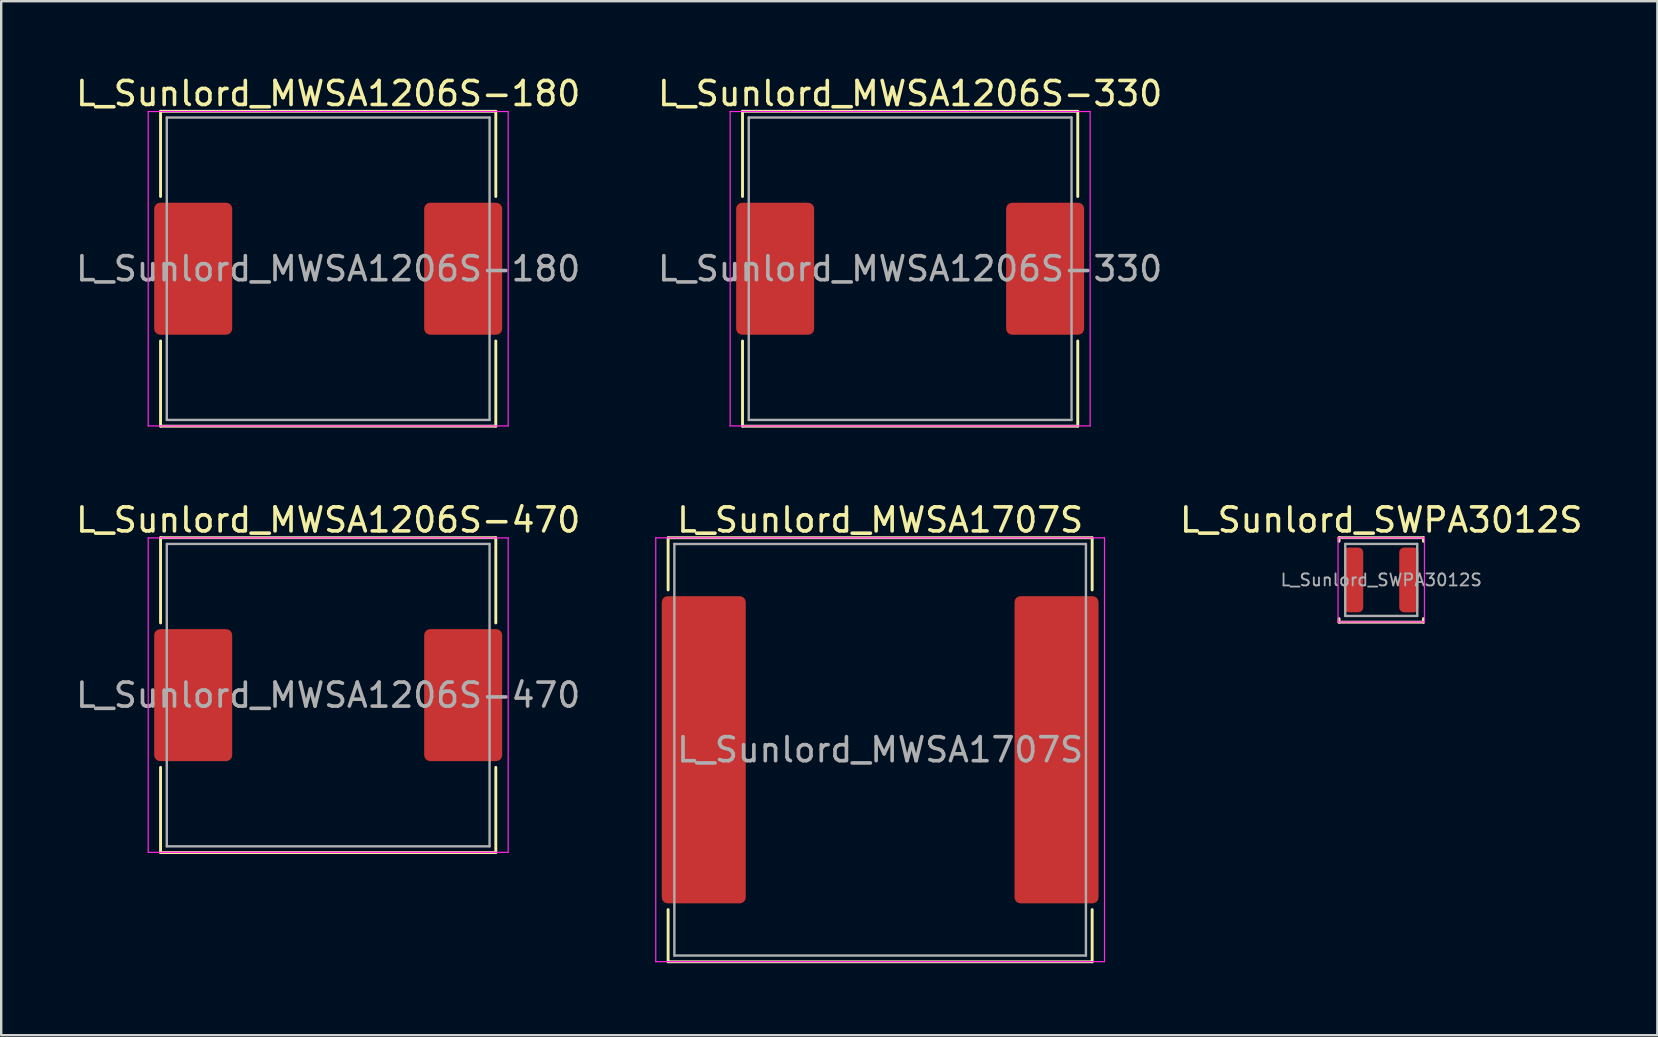
<source format=kicad_pcb>
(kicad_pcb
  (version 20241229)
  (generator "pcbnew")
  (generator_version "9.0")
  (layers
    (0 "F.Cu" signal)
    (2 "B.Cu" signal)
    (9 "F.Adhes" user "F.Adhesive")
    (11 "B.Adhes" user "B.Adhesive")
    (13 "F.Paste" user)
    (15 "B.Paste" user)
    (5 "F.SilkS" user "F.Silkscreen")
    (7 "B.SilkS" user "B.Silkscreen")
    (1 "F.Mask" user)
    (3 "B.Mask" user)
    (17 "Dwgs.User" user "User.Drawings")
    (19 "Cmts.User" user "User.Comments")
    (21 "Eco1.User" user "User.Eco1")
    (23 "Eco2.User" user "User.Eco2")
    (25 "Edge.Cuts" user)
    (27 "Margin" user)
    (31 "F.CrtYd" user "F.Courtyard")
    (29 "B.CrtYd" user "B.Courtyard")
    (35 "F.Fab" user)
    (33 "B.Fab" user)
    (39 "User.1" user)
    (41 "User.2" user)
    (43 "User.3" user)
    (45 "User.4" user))
  (footprint "L_Sunlord_MWSA1206S-330"
    (layer "F.Cu")
    (at 34.875 8.148)
    (property "Reference" "L_Sunlord_MWSA1206S-330" (at 0 -7.3 0) (layer "F.SilkS") (effects (font (size 1 1) (thickness 0.15))))
    (attr smd)
    (fp_line (start -6.985 -6.56) (end -6.985 -3.01) (stroke (width 0.12) (type solid)) (layer "F.SilkS"))
    (fp_line (start -6.985 -6.56) (end 6.985 -6.56) (stroke (width 0.12) (type solid)) (layer "F.SilkS"))
    (fp_line (start -6.985 6.56) (end -6.985 3.01) (stroke (width 0.12) (type solid)) (layer "F.SilkS"))
    (fp_line (start -6.985 6.56) (end 6.985 6.56) (stroke (width 0.12) (type solid)) (layer "F.SilkS"))
    (fp_line (start 6.985 -6.56) (end 6.985 -3.01) (stroke (width 0.12) (type solid)) (layer "F.SilkS"))
    (fp_line (start 6.985 6.56) (end 6.985 3.01) (stroke (width 0.12) (type solid)) (layer "F.SilkS"))
    (fp_line (start -7.5 -6.55) (end -7.5 6.55) (stroke (width 0.05) (type solid)) (layer "F.CrtYd"))
    (fp_line (start -7.5 6.55) (end 7.5 6.55) (stroke (width 0.05) (type solid)) (layer "F.CrtYd"))
    (fp_line (start 7.5 -6.55) (end -7.5 -6.55) (stroke (width 0.05) (type solid)) (layer "F.CrtYd"))
    (fp_line (start 7.5 6.55) (end 7.5 -6.55) (stroke (width 0.05) (type solid)) (layer "F.CrtYd"))
    (fp_line (start -6.725 -6.3) (end -6.725 6.3) (stroke (width 0.1) (type solid)) (layer "F.Fab"))
    (fp_line (start -6.725 6.3) (end 6.725 6.3) (stroke (width 0.1) (type solid)) (layer "F.Fab"))
    (fp_line (start 6.725 -6.3) (end -6.725 -6.3) (stroke (width 0.1) (type solid)) (layer "F.Fab"))
    (fp_line (start 6.725 6.3) (end 6.725 -6.3) (stroke (width 0.1) (type solid)) (layer "F.Fab"))
    (fp_text user "${REFERENCE}" (at 0 0 0) (layer "F.Fab") (effects (font (size 1 1) (thickness 0.15))))
    (pad "1" smd roundrect (at -5.625 0) (size 3.25 5.5) (layers "F.Cu" "F.Mask" "F.Paste") (roundrect_rratio 0.077))
    (pad "2" smd roundrect (at 5.625 0) (size 3.25 5.5) (layers "F.Cu" "F.Mask" "F.Paste") (roundrect_rratio 0.077)))
  (footprint "L_Sunlord_MWSA1707S"
    (layer "F.Cu")
    (at 33.625 28.192)
    (property "Reference" "L_Sunlord_MWSA1707S" (at 0 -9.575 0) (layer "F.SilkS") (effects (font (size 1 1) (thickness 0.15))))
    (attr smd)
    (fp_line (start -8.835 -8.835) (end -8.835 -6.66) (stroke (width 0.12) (type solid)) (layer "F.SilkS"))
    (fp_line (start -8.835 -8.835) (end 8.835 -8.835) (stroke (width 0.12) (type solid)) (layer "F.SilkS"))
    (fp_line (start -8.835 8.835) (end -8.835 6.66) (stroke (width 0.12) (type solid)) (layer "F.SilkS"))
    (fp_line (start -8.835 8.835) (end 8.835 8.835) (stroke (width 0.12) (type solid)) (layer "F.SilkS"))
    (fp_line (start 8.835 -8.835) (end 8.835 -6.66) (stroke (width 0.12) (type solid)) (layer "F.SilkS"))
    (fp_line (start 8.835 8.835) (end 8.835 6.66) (stroke (width 0.12) (type solid)) (layer "F.SilkS"))
    (fp_line (start -9.35 -8.83) (end -9.35 8.83) (stroke (width 0.05) (type solid)) (layer "F.CrtYd"))
    (fp_line (start -9.35 8.83) (end 9.35 8.83) (stroke (width 0.05) (type solid)) (layer "F.CrtYd"))
    (fp_line (start 9.35 -8.83) (end -9.35 -8.83) (stroke (width 0.05) (type solid)) (layer "F.CrtYd"))
    (fp_line (start 9.35 8.83) (end 9.35 -8.83) (stroke (width 0.05) (type solid)) (layer "F.CrtYd"))
    (fp_line (start -8.575 -8.575) (end -8.575 8.575) (stroke (width 0.1) (type solid)) (layer "F.Fab"))
    (fp_line (start -8.575 8.575) (end 8.575 8.575) (stroke (width 0.1) (type solid)) (layer "F.Fab"))
    (fp_line (start 8.575 -8.575) (end -8.575 -8.575) (stroke (width 0.1) (type solid)) (layer "F.Fab"))
    (fp_line (start 8.575 8.575) (end 8.575 -8.575) (stroke (width 0.1) (type solid)) (layer "F.Fab"))
    (fp_text user "${REFERENCE}" (at 0 0 0) (layer "F.Fab") (effects (font (size 1 1) (thickness 0.15))))
    (pad "1" smd roundrect (at -7.35 0) (size 3.5 12.8) (layers "F.Cu" "F.Mask" "F.Paste") (roundrect_rratio 0.071))
    (pad "2" smd roundrect (at 7.35 0) (size 3.5 12.8) (layers "F.Cu" "F.Mask" "F.Paste") (roundrect_rratio 0.071)))
  (footprint "L_Sunlord_MWSA1206S-470"
    (layer "F.Cu")
    (at 10.625 25.916)
    (property "Reference" "L_Sunlord_MWSA1206S-470" (at 0 -7.3 0) (layer "F.SilkS") (effects (font (size 1 1) (thickness 0.15))))
    (attr smd)
    (fp_line (start -6.985 -6.56) (end -6.985 -3.01) (stroke (width 0.12) (type solid)) (layer "F.SilkS"))
    (fp_line (start -6.985 -6.56) (end 6.985 -6.56) (stroke (width 0.12) (type solid)) (layer "F.SilkS"))
    (fp_line (start -6.985 6.56) (end -6.985 3.01) (stroke (width 0.12) (type solid)) (layer "F.SilkS"))
    (fp_line (start -6.985 6.56) (end 6.985 6.56) (stroke (width 0.12) (type solid)) (layer "F.SilkS"))
    (fp_line (start 6.985 -6.56) (end 6.985 -3.01) (stroke (width 0.12) (type solid)) (layer "F.SilkS"))
    (fp_line (start 6.985 6.56) (end 6.985 3.01) (stroke (width 0.12) (type solid)) (layer "F.SilkS"))
    (fp_line (start -7.5 -6.55) (end -7.5 6.55) (stroke (width 0.05) (type solid)) (layer "F.CrtYd"))
    (fp_line (start -7.5 6.55) (end 7.5 6.55) (stroke (width 0.05) (type solid)) (layer "F.CrtYd"))
    (fp_line (start 7.5 -6.55) (end -7.5 -6.55) (stroke (width 0.05) (type solid)) (layer "F.CrtYd"))
    (fp_line (start 7.5 6.55) (end 7.5 -6.55) (stroke (width 0.05) (type solid)) (layer "F.CrtYd"))
    (fp_line (start -6.725 -6.3) (end -6.725 6.3) (stroke (width 0.1) (type solid)) (layer "F.Fab"))
    (fp_line (start -6.725 6.3) (end 6.725 6.3) (stroke (width 0.1) (type solid)) (layer "F.Fab"))
    (fp_line (start 6.725 -6.3) (end -6.725 -6.3) (stroke (width 0.1) (type solid)) (layer "F.Fab"))
    (fp_line (start 6.725 6.3) (end 6.725 -6.3) (stroke (width 0.1) (type solid)) (layer "F.Fab"))
    (fp_text user "${REFERENCE}" (at 0 0 0) (layer "F.Fab") (effects (font (size 1 1) (thickness 0.15))))
    (pad "1" smd roundrect (at -5.625 0) (size 3.25 5.5) (layers "F.Cu" "F.Mask" "F.Paste") (roundrect_rratio 0.077))
    (pad "2" smd roundrect (at 5.625 0) (size 3.25 5.5) (layers "F.Cu" "F.Mask" "F.Paste") (roundrect_rratio 0.077)))
  (footprint "L_Sunlord_MWSA1206S-180"
    (layer "F.Cu")
    (at 10.625 8.148)
    (property "Reference" "L_Sunlord_MWSA1206S-180" (at 0 -7.3 0) (layer "F.SilkS") (effects (font (size 1 1) (thickness 0.15))))
    (attr smd)
    (fp_line (start -6.985 -6.56) (end -6.985 -3.01) (stroke (width 0.12) (type solid)) (layer "F.SilkS"))
    (fp_line (start -6.985 -6.56) (end 6.985 -6.56) (stroke (width 0.12) (type solid)) (layer "F.SilkS"))
    (fp_line (start -6.985 6.56) (end -6.985 3.01) (stroke (width 0.12) (type solid)) (layer "F.SilkS"))
    (fp_line (start -6.985 6.56) (end 6.985 6.56) (stroke (width 0.12) (type solid)) (layer "F.SilkS"))
    (fp_line (start 6.985 -6.56) (end 6.985 -3.01) (stroke (width 0.12) (type solid)) (layer "F.SilkS"))
    (fp_line (start 6.985 6.56) (end 6.985 3.01) (stroke (width 0.12) (type solid)) (layer "F.SilkS"))
    (fp_line (start -7.5 -6.55) (end -7.5 6.55) (stroke (width 0.05) (type solid)) (layer "F.CrtYd"))
    (fp_line (start -7.5 6.55) (end 7.5 6.55) (stroke (width 0.05) (type solid)) (layer "F.CrtYd"))
    (fp_line (start 7.5 -6.55) (end -7.5 -6.55) (stroke (width 0.05) (type solid)) (layer "F.CrtYd"))
    (fp_line (start 7.5 6.55) (end 7.5 -6.55) (stroke (width 0.05) (type solid)) (layer "F.CrtYd"))
    (fp_line (start -6.725 -6.3) (end -6.725 6.3) (stroke (width 0.1) (type solid)) (layer "F.Fab"))
    (fp_line (start -6.725 6.3) (end 6.725 6.3) (stroke (width 0.1) (type solid)) (layer "F.Fab"))
    (fp_line (start 6.725 -6.3) (end -6.725 -6.3) (stroke (width 0.1) (type solid)) (layer "F.Fab"))
    (fp_line (start 6.725 6.3) (end 6.725 -6.3) (stroke (width 0.1) (type solid)) (layer "F.Fab"))
    (fp_text user "${REFERENCE}" (at 0 0 0) (layer "F.Fab") (effects (font (size 1 1) (thickness 0.15))))
    (pad "1" smd roundrect (at -5.625 0) (size 3.25 5.5) (layers "F.Cu" "F.Mask" "F.Paste") (roundrect_rratio 0.077))
    (pad "2" smd roundrect (at 5.625 0) (size 3.25 5.5) (layers "F.Cu" "F.Mask" "F.Paste") (roundrect_rratio 0.077)))
  (footprint "L_Sunlord_SWPA3012S"
    (layer "F.Cu")
    (at 54.506 21.116)
    (property "Reference" "L_Sunlord_SWPA3012S" (at 0 -2.5 0) (layer "F.SilkS") (effects (font (size 1 1) (thickness 0.15))))
    (attr smd)
    (fp_line (start -1.76 -1.76) (end -1.76 -1.61) (stroke (width 0.12) (type solid)) (layer "F.SilkS"))
    (fp_line (start -1.76 -1.76) (end 1.76 -1.76) (stroke (width 0.12) (type solid)) (layer "F.SilkS"))
    (fp_line (start -1.76 1.76) (end -1.76 1.61) (stroke (width 0.12) (type solid)) (layer "F.SilkS"))
    (fp_line (start -1.76 1.76) (end 1.76 1.76) (stroke (width 0.12) (type solid)) (layer "F.SilkS"))
    (fp_line (start 1.76 -1.76) (end 1.76 -1.61) (stroke (width 0.12) (type solid)) (layer "F.SilkS"))
    (fp_line (start 1.76 1.76) (end 1.76 1.61) (stroke (width 0.12) (type solid)) (layer "F.SilkS"))
    (fp_line (start -1.8 -1.75) (end -1.8 1.75) (stroke (width 0.05) (type solid)) (layer "F.CrtYd"))
    (fp_line (start -1.8 1.75) (end 1.8 1.75) (stroke (width 0.05) (type solid)) (layer "F.CrtYd"))
    (fp_line (start 1.8 -1.75) (end -1.8 -1.75) (stroke (width 0.05) (type solid)) (layer "F.CrtYd"))
    (fp_line (start 1.8 1.75) (end 1.8 -1.75) (stroke (width 0.05) (type solid)) (layer "F.CrtYd"))
    (fp_line (start -1.5 -1.5) (end -1.5 1.5) (stroke (width 0.1) (type solid)) (layer "F.Fab"))
    (fp_line (start -1.5 1.5) (end 1.5 1.5) (stroke (width 0.1) (type solid)) (layer "F.Fab"))
    (fp_line (start 1.5 -1.5) (end -1.5 -1.5) (stroke (width 0.1) (type solid)) (layer "F.Fab"))
    (fp_line (start 1.5 1.5) (end 1.5 -1.5) (stroke (width 0.1) (type solid)) (layer "F.Fab"))
    (fp_text user "${REFERENCE}" (at 0 0 0) (layer "F.Fab") (effects (font (size 0.5 0.5) (thickness 0.075))))
    (pad "1" smd roundrect (at -1.15 0) (size 0.8 2.7) (layers "F.Cu" "F.Mask" "F.Paste") (roundrect_rratio 0.25))
    (pad "2" smd roundrect (at 1.15 0) (size 0.8 2.7) (layers "F.Cu" "F.Mask" "F.Paste") (roundrect_rratio 0.25)))
  (gr_rect
    (start -3 -3)
    (end 66.012 40.087)
    (stroke (width 0.1) (type default))
    (fill no)
    (layer "Edge.Cuts")))
</source>
